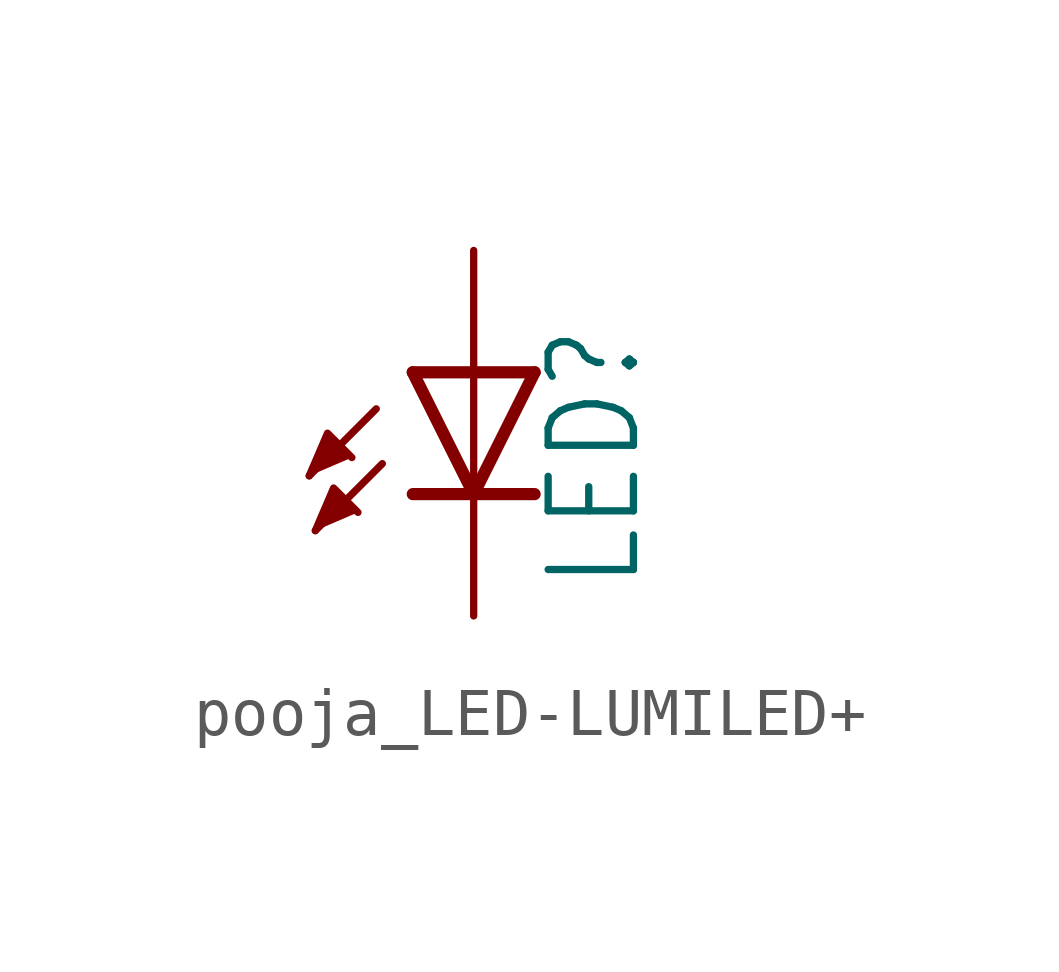
<source format=kicad_sym>
(kicad_symbol_lib
  (version 20220914)
  (generator kicad_symbol_editor)
  (symbol "pooja_LED-LUMILED+"
    (property "Reference" "LED"
      (at 3.556 -4.572 90)
      (effects (font (size 1.778 1.511)) (justify left bottom)))
    (property "Value" ""
      (at 5.715 -4.572 90)
      (effects (font (size 1.778 1.511)) (justify left bottom)))
    (property "ki_locked" ""
      (at 0 0 0)
      (effects (font (size 1.27 1.27))))
    (symbol "pooja_LED-LUMILED+_1_0"
      (polyline (pts (xy -2.032 -0.762) (xy -3.429 -2.159)) (stroke (width 0.152) (type solid)) (fill (type none)))
      (polyline (pts (xy -1.905 -1.905) (xy -3.302 -3.302)) (stroke (width 0.152) (type solid)) (fill (type none)))
      (polyline (pts (xy 0 -2.54) (xy -1.27 -2.54)) (stroke (width 0.254) (type solid)) (fill (type none)))
      (polyline (pts (xy 0 -2.54) (xy -1.27 0)) (stroke (width 0.254) (type solid)) (fill (type none)))
      (polyline (pts (xy 0 0) (xy -1.27 0)) (stroke (width 0.254) (type solid)) (fill (type none)))
      (polyline (pts (xy 0 0) (xy 0 -2.54)) (stroke (width 0.152) (type solid)) (fill (type none)))
      (polyline (pts (xy 1.27 -2.54) (xy 0 -2.54)) (stroke (width 0.254) (type solid)) (fill (type none)))
      (polyline (pts (xy 1.27 0) (xy 0 -2.54)) (stroke (width 0.254) (type solid)) (fill (type none)))
      (polyline (pts (xy 1.27 0) (xy 0 0)) (stroke (width 0.254) (type solid)) (fill (type none)))
      (polyline (pts (xy -3.429 -2.159) (xy -3.048 -1.27) (xy -2.54 -1.778)) (stroke (width 0.152) (type solid)) (fill (type outline)))
      (polyline (pts (xy -3.302 -3.302) (xy -2.921 -2.413) (xy -2.413 -2.921)) (stroke (width 0.152) (type solid)) (fill (type outline)))
      (pin passive line (at 0 2.54 270) (length 2.54) (name "A" (effects (font (size 0 0)))) (number "2+" (effects (font (size 0 0)))))
      (pin passive line (at 0 -5.08 90) (length 2.54) (name "C" (effects (font (size 0 0)))) (number "4-" (effects (font (size 0 0))))))))
</source>
